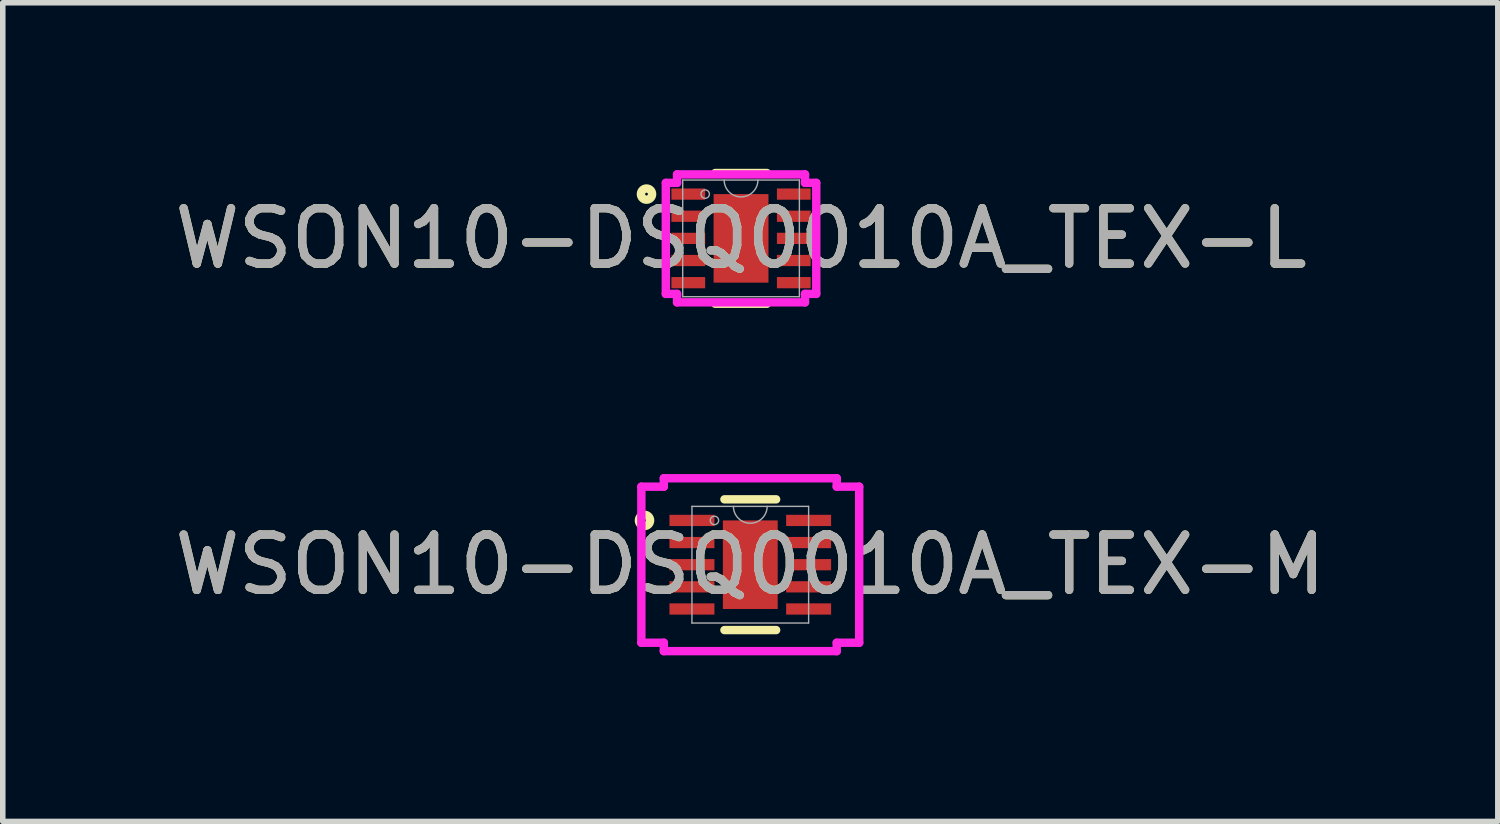
<source format=kicad_pcb>
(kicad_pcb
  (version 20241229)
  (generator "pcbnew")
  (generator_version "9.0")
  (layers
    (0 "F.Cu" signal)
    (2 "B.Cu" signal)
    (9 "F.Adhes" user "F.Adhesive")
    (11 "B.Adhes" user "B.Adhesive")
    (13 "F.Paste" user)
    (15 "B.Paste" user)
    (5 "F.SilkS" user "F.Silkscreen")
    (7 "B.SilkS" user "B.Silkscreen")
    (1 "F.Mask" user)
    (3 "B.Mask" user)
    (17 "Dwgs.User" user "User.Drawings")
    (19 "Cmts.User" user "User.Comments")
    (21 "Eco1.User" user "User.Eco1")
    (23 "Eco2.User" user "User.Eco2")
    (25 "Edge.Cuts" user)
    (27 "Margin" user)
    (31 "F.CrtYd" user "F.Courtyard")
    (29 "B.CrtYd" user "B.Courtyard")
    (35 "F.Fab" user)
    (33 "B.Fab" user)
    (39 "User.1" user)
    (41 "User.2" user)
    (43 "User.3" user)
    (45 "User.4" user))
  (footprint "WSON10-DSQ0010A_TEX-L"
    (layer "F.Cu")
    (at 10.339 1.257)
    (property "Reference" "WSON10-DSQ0010A_TEX-L" (at 0 0 0) (unlocked yes) (layer "F.SilkS") (effects (font (size 1 1) (thickness 0.15))))
    (attr smd)
    (fp_line (start -0.467 1.181) (end 0.467 1.181) (stroke (width 0.152) (type solid)) (layer "F.SilkS"))
    (fp_line (start 0.467 -1.181) (end -0.467 -1.181) (stroke (width 0.152) (type solid)) (layer "F.SilkS"))
    (fp_circle (center -1.708 -0.8) (end -1.607 -0.8) (stroke (width 0.152) (type solid)) (fill no) (layer "F.SilkS"))
    (fp_line (start -1.359 -1.003) (end -1.156 -1.003) (stroke (width 0.152) (type solid)) (layer "F.CrtYd"))
    (fp_line (start -1.359 1.003) (end -1.359 -1.003) (stroke (width 0.152) (type solid)) (layer "F.CrtYd"))
    (fp_line (start -1.359 1.003) (end -1.156 1.003) (stroke (width 0.152) (type solid)) (layer "F.CrtYd"))
    (fp_line (start -1.156 -1.156) (end 1.156 -1.156) (stroke (width 0.152) (type solid)) (layer "F.CrtYd"))
    (fp_line (start -1.156 -1.003) (end -1.156 -1.156) (stroke (width 0.152) (type solid)) (layer "F.CrtYd"))
    (fp_line (start -1.156 1.156) (end -1.156 1.003) (stroke (width 0.152) (type solid)) (layer "F.CrtYd"))
    (fp_line (start 1.156 -1.156) (end 1.156 -1.003) (stroke (width 0.152) (type solid)) (layer "F.CrtYd"))
    (fp_line (start 1.156 1.003) (end 1.156 1.156) (stroke (width 0.152) (type solid)) (layer "F.CrtYd"))
    (fp_line (start 1.156 1.156) (end -1.156 1.156) (stroke (width 0.152) (type solid)) (layer "F.CrtYd"))
    (fp_line (start 1.359 -1.003) (end 1.156 -1.003) (stroke (width 0.152) (type solid)) (layer "F.CrtYd"))
    (fp_line (start 1.359 -1.003) (end 1.359 1.003) (stroke (width 0.152) (type solid)) (layer "F.CrtYd"))
    (fp_line (start 1.359 1.003) (end 1.156 1.003) (stroke (width 0.152) (type solid)) (layer "F.CrtYd"))
    (fp_line (start -1.054 -1.054) (end -1.054 1.054) (stroke (width 0.025) (type solid)) (layer "F.Fab"))
    (fp_line (start -1.054 1.054) (end 1.054 1.054) (stroke (width 0.025) (type solid)) (layer "F.Fab"))
    (fp_line (start 1.054 -1.054) (end -1.054 -1.054) (stroke (width 0.025) (type solid)) (layer "F.Fab"))
    (fp_line (start 1.054 1.054) (end 1.054 -1.054) (stroke (width 0.025) (type solid)) (layer "F.Fab"))
    (fp_arc (start 0.3048 -1.0541) (mid 0 -0.7493) (end -0.3048 -1.0541) (stroke (width 0.0254) (type solid)) (layer "F.Fab"))
    (fp_circle (center -0.648 -0.8) (end -0.572 -0.8) (stroke (width 0.025) (type solid)) (fill no) (layer "F.Fab"))
    (fp_text user "${REFERENCE}" (at 0 0 0) (unlocked yes) (layer "F.Fab") (effects (font (size 1 1) (thickness 0.15))))
    (pad "1" smd rect (at -0.953 -0.8) (size 0.61 0.203) (layers "F.Cu" "F.Mask" "F.Paste"))
    (pad "2" smd rect (at -0.953 -0.4) (size 0.61 0.203) (layers "F.Cu" "F.Mask" "F.Paste"))
    (pad "3" smd rect (at -0.953 0) (size 0.61 0.203) (layers "F.Cu" "F.Mask" "F.Paste"))
    (pad "4" smd rect (at -0.953 0.4) (size 0.61 0.203) (layers "F.Cu" "F.Mask" "F.Paste"))
    (pad "5" smd rect (at -0.953 0.8) (size 0.61 0.203) (layers "F.Cu" "F.Mask" "F.Paste"))
    (pad "6" smd rect (at 0.953 0.8) (size 0.61 0.203) (layers "F.Cu" "F.Mask" "F.Paste"))
    (pad "7" smd rect (at 0.953 0.4) (size 0.61 0.203) (layers "F.Cu" "F.Mask" "F.Paste"))
    (pad "8" smd rect (at 0.953 0) (size 0.61 0.203) (layers "F.Cu" "F.Mask" "F.Paste"))
    (pad "9" smd rect (at 0.953 -0.4) (size 0.61 0.203) (layers "F.Cu" "F.Mask" "F.Paste"))
    (pad "10" smd rect (at 0.953 -0.8) (size 0.61 0.203) (layers "F.Cu" "F.Mask" "F.Paste"))
    (pad "11" smd rect (at 0 0) (size 0.991 1.6) (layers "F.Cu" "F.Mask" "F.Paste")))
  (footprint "WSON10-DSQ0010A_TEX-M"
    (layer "F.Cu")
    (at 10.506 7.153)
    (property "Reference" "WSON10-DSQ0010A_TEX-M" (at 0 0 0) (unlocked yes) (layer "F.SilkS") (effects (font (size 1 1) (thickness 0.15))))
    (attr smd)
    (fp_line (start -0.467 1.181) (end 0.467 1.181) (stroke (width 0.152) (type solid)) (layer "F.SilkS"))
    (fp_line (start 0.467 -1.181) (end -0.467 -1.181) (stroke (width 0.152) (type solid)) (layer "F.SilkS"))
    (fp_circle (center -1.911 -0.8) (end -1.81 -0.8) (stroke (width 0.152) (type solid)) (fill no) (layer "F.SilkS"))
    (fp_line (start -1.968 -1.41) (end -1.562 -1.41) (stroke (width 0.152) (type solid)) (layer "F.CrtYd"))
    (fp_line (start -1.968 1.41) (end -1.968 -1.41) (stroke (width 0.152) (type solid)) (layer "F.CrtYd"))
    (fp_line (start -1.968 1.41) (end -1.562 1.41) (stroke (width 0.152) (type solid)) (layer "F.CrtYd"))
    (fp_line (start -1.562 -1.562) (end 1.562 -1.562) (stroke (width 0.152) (type solid)) (layer "F.CrtYd"))
    (fp_line (start -1.562 -1.41) (end -1.562 -1.562) (stroke (width 0.152) (type solid)) (layer "F.CrtYd"))
    (fp_line (start -1.562 1.562) (end -1.562 1.41) (stroke (width 0.152) (type solid)) (layer "F.CrtYd"))
    (fp_line (start 1.562 -1.562) (end 1.562 -1.41) (stroke (width 0.152) (type solid)) (layer "F.CrtYd"))
    (fp_line (start 1.562 1.41) (end 1.562 1.562) (stroke (width 0.152) (type solid)) (layer "F.CrtYd"))
    (fp_line (start 1.562 1.562) (end -1.562 1.562) (stroke (width 0.152) (type solid)) (layer "F.CrtYd"))
    (fp_line (start 1.968 -1.41) (end 1.562 -1.41) (stroke (width 0.152) (type solid)) (layer "F.CrtYd"))
    (fp_line (start 1.968 -1.41) (end 1.968 1.41) (stroke (width 0.152) (type solid)) (layer "F.CrtYd"))
    (fp_line (start 1.968 1.41) (end 1.562 1.41) (stroke (width 0.152) (type solid)) (layer "F.CrtYd"))
    (fp_line (start -1.054 -1.054) (end -1.054 1.054) (stroke (width 0.025) (type solid)) (layer "F.Fab"))
    (fp_line (start -1.054 1.054) (end 1.054 1.054) (stroke (width 0.025) (type solid)) (layer "F.Fab"))
    (fp_line (start 1.054 -1.054) (end -1.054 -1.054) (stroke (width 0.025) (type solid)) (layer "F.Fab"))
    (fp_line (start 1.054 1.054) (end 1.054 -1.054) (stroke (width 0.025) (type solid)) (layer "F.Fab"))
    (fp_arc (start 0.3048 -1.0541) (mid 0 -0.7493) (end -0.3048 -1.0541) (stroke (width 0.0254) (type solid)) (layer "F.Fab"))
    (fp_circle (center -0.648 -0.8) (end -0.572 -0.8) (stroke (width 0.025) (type solid)) (fill no) (layer "F.Fab"))
    (fp_text user "${REFERENCE}" (at 0 0 0) (unlocked yes) (layer "F.Fab") (effects (font (size 1 1) (thickness 0.15))))
    (pad "1" smd rect (at -1.054 -0.8) (size 0.813 0.203) (layers "F.Cu" "F.Mask" "F.Paste"))
    (pad "2" smd rect (at -1.054 -0.4) (size 0.813 0.203) (layers "F.Cu" "F.Mask" "F.Paste"))
    (pad "3" smd rect (at -1.054 0) (size 0.813 0.203) (layers "F.Cu" "F.Mask" "F.Paste"))
    (pad "4" smd rect (at -1.054 0.4) (size 0.813 0.203) (layers "F.Cu" "F.Mask" "F.Paste"))
    (pad "5" smd rect (at -1.054 0.8) (size 0.813 0.203) (layers "F.Cu" "F.Mask" "F.Paste"))
    (pad "6" smd rect (at 1.054 0.8) (size 0.813 0.203) (layers "F.Cu" "F.Mask" "F.Paste"))
    (pad "7" smd rect (at 1.054 0.4) (size 0.813 0.203) (layers "F.Cu" "F.Mask" "F.Paste"))
    (pad "8" smd rect (at 1.054 0) (size 0.813 0.203) (layers "F.Cu" "F.Mask" "F.Paste"))
    (pad "9" smd rect (at 1.054 -0.4) (size 0.813 0.203) (layers "F.Cu" "F.Mask" "F.Paste"))
    (pad "10" smd rect (at 1.054 -0.8) (size 0.813 0.203) (layers "F.Cu" "F.Mask" "F.Paste"))
    (pad "11" smd rect (at 0 0) (size 0.991 1.6) (layers "F.Cu" "F.Mask" "F.Paste")))
  (gr_rect
    (start -3 -3)
    (end 24.012 11.791)
    (stroke (width 0.1) (type default))
    (fill no)
    (layer "Edge.Cuts")))
</source>
